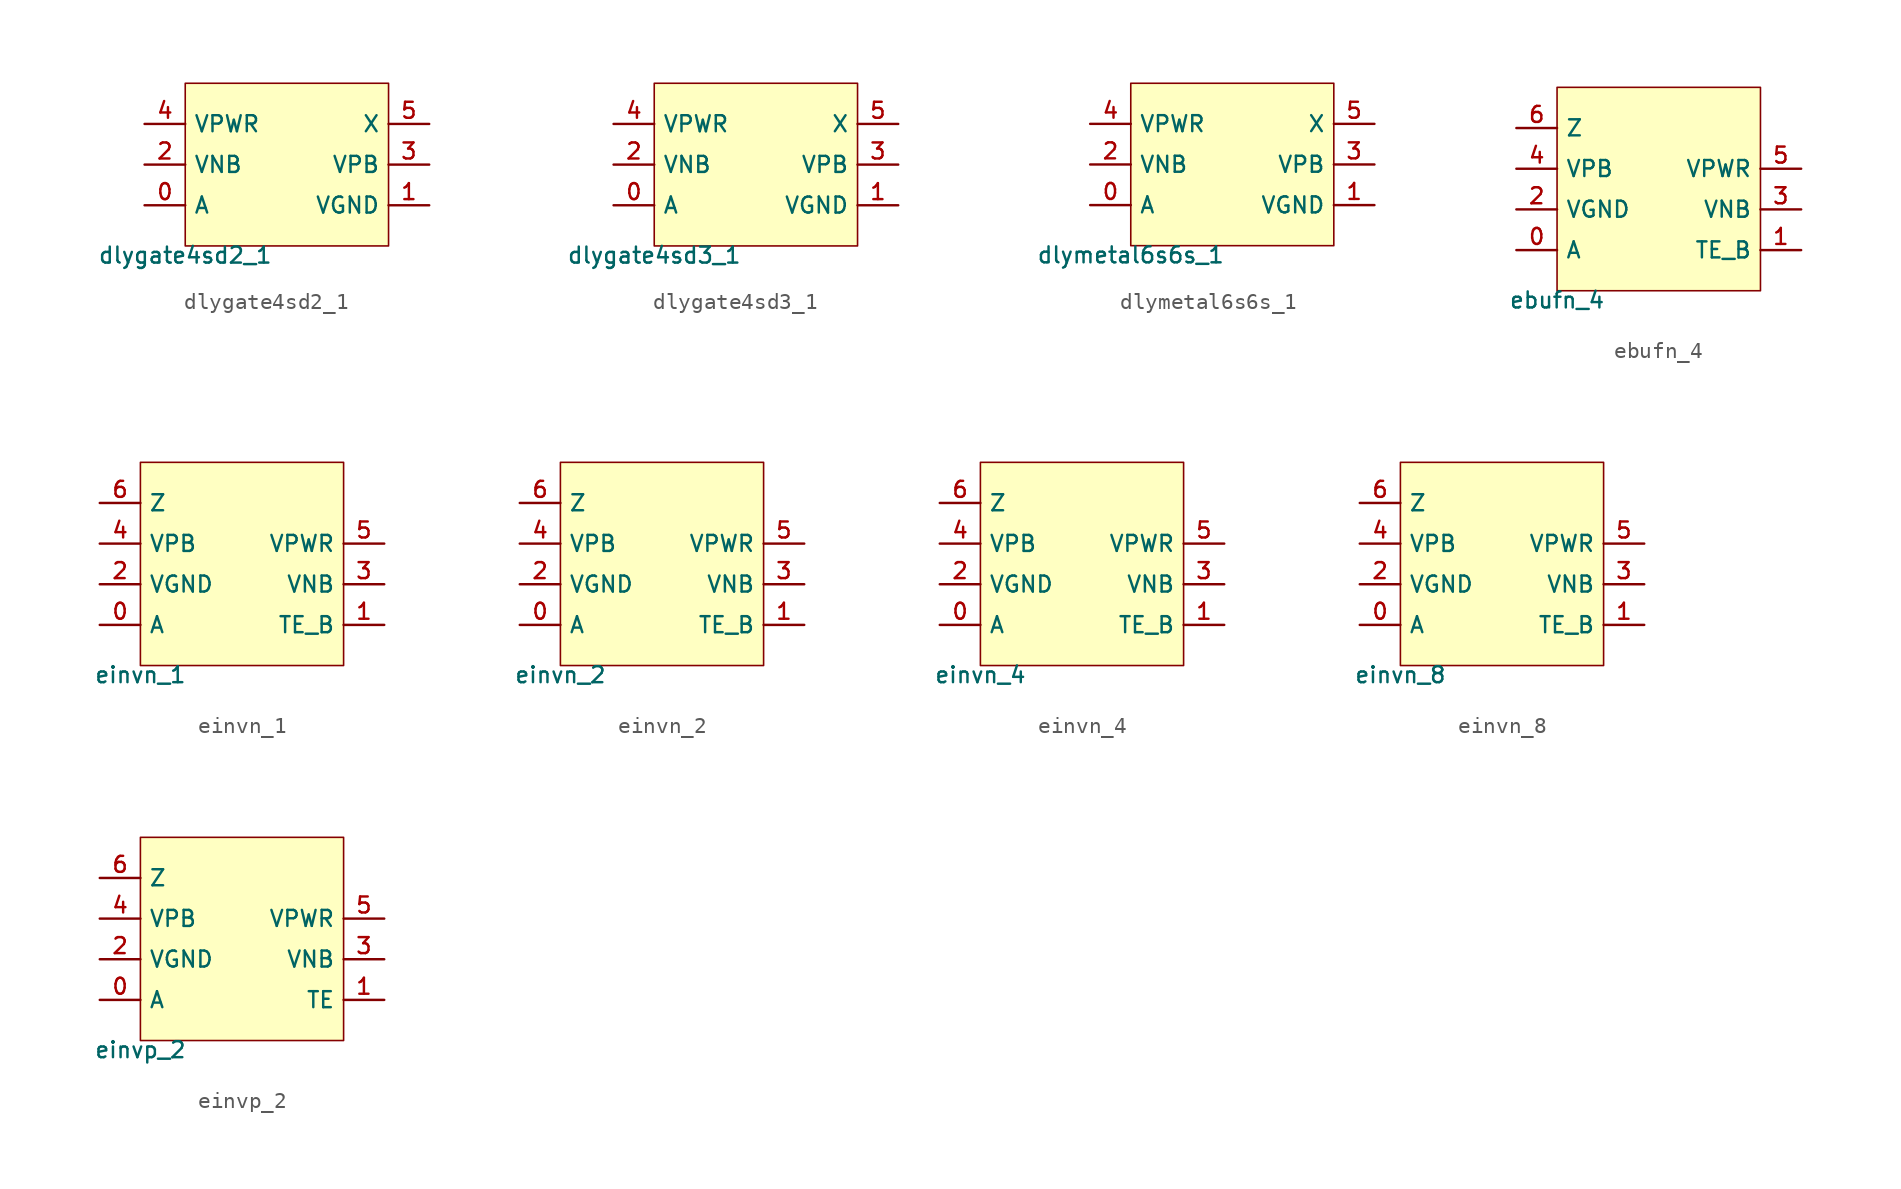
<source format=kicad_sym>
(kicad_symbol_lib
  (version 20211014)
  (generator pdk2kicad)
  (symbol "dlygate4sd2_1"
    (property "Reference" "X"
      (at 0 0 0)
      (effects (font (size 1 1)) hide))
    (property "Value" "dlygate4sd2_1"
      (at -6.35 -5.08 0)
      (effects (font (size 1 1)) (justify top)))
    (rectangle
      (start -6.35 -5.08)
      (end 6.35 5.08)
      (stroke (width 0.1) (type solid) (color 0 0 0 0))
      (fill (type background)))
    (pin bidirectional line
      (at -8.89 -2.54 0)
      (length 2.54)
      (name "A" (effects (font (size 1 1)) hide))
      (number "0" (effects (font (size 1 1)) hide)))
    (pin bidirectional line
      (at 8.89 -2.54 180)
      (length 2.54)
      (name "VGND" (effects (font (size 1 1)) hide))
      (number "1" (effects (font (size 1 1)) hide)))
    (pin bidirectional line
      (at -8.89 0.0 0)
      (length 2.54)
      (name "VNB" (effects (font (size 1 1)) hide))
      (number "2" (effects (font (size 1 1)) hide)))
    (pin bidirectional line
      (at 8.89 0.0 180)
      (length 2.54)
      (name "VPB" (effects (font (size 1 1)) hide))
      (number "3" (effects (font (size 1 1)) hide)))
    (pin bidirectional line
      (at -8.89 2.54 0)
      (length 2.54)
      (name "VPWR" (effects (font (size 1 1)) hide))
      (number "4" (effects (font (size 1 1)) hide)))
    (pin bidirectional line
      (at 8.89 2.54 180)
      (length 2.54)
      (name "X" (effects (font (size 1 1)) hide))
      (number "5" (effects (font (size 1 1)) hide))))
  (symbol "dlygate4sd3_1"
    (property "Reference" "X"
      (at 0 0 0)
      (effects (font (size 1 1)) hide))
    (property "Value" "dlygate4sd3_1"
      (at -6.35 -5.08 0)
      (effects (font (size 1 1)) (justify top)))
    (rectangle
      (start -6.35 -5.08)
      (end 6.35 5.08)
      (stroke (width 0.1) (type solid) (color 0 0 0 0))
      (fill (type background)))
    (pin bidirectional line
      (at -8.89 -2.54 0)
      (length 2.54)
      (name "A" (effects (font (size 1 1)) hide))
      (number "0" (effects (font (size 1 1)) hide)))
    (pin bidirectional line
      (at 8.89 -2.54 180)
      (length 2.54)
      (name "VGND" (effects (font (size 1 1)) hide))
      (number "1" (effects (font (size 1 1)) hide)))
    (pin bidirectional line
      (at -8.89 0.0 0)
      (length 2.54)
      (name "VNB" (effects (font (size 1 1)) hide))
      (number "2" (effects (font (size 1 1)) hide)))
    (pin bidirectional line
      (at 8.89 0.0 180)
      (length 2.54)
      (name "VPB" (effects (font (size 1 1)) hide))
      (number "3" (effects (font (size 1 1)) hide)))
    (pin bidirectional line
      (at -8.89 2.54 0)
      (length 2.54)
      (name "VPWR" (effects (font (size 1 1)) hide))
      (number "4" (effects (font (size 1 1)) hide)))
    (pin bidirectional line
      (at 8.89 2.54 180)
      (length 2.54)
      (name "X" (effects (font (size 1 1)) hide))
      (number "5" (effects (font (size 1 1)) hide))))
  (symbol "dlymetal6s6s_1"
    (property "Reference" "X"
      (at 0 0 0)
      (effects (font (size 1 1)) hide))
    (property "Value" "dlymetal6s6s_1"
      (at -6.35 -5.08 0)
      (effects (font (size 1 1)) (justify top)))
    (rectangle
      (start -6.35 -5.08)
      (end 6.35 5.08)
      (stroke (width 0.1) (type solid) (color 0 0 0 0))
      (fill (type background)))
    (pin bidirectional line
      (at -8.89 -2.54 0)
      (length 2.54)
      (name "A" (effects (font (size 1 1)) hide))
      (number "0" (effects (font (size 1 1)) hide)))
    (pin bidirectional line
      (at 8.89 -2.54 180)
      (length 2.54)
      (name "VGND" (effects (font (size 1 1)) hide))
      (number "1" (effects (font (size 1 1)) hide)))
    (pin bidirectional line
      (at -8.89 0.0 0)
      (length 2.54)
      (name "VNB" (effects (font (size 1 1)) hide))
      (number "2" (effects (font (size 1 1)) hide)))
    (pin bidirectional line
      (at 8.89 0.0 180)
      (length 2.54)
      (name "VPB" (effects (font (size 1 1)) hide))
      (number "3" (effects (font (size 1 1)) hide)))
    (pin bidirectional line
      (at -8.89 2.54 0)
      (length 2.54)
      (name "VPWR" (effects (font (size 1 1)) hide))
      (number "4" (effects (font (size 1 1)) hide)))
    (pin bidirectional line
      (at 8.89 2.54 180)
      (length 2.54)
      (name "X" (effects (font (size 1 1)) hide))
      (number "5" (effects (font (size 1 1)) hide))))
  (symbol "ebufn_4"
    (property "Reference" "X"
      (at 0 0 0)
      (effects (font (size 1 1)) hide))
    (property "Value" "ebufn_4"
      (at -6.35 -6.35 0)
      (effects (font (size 1 1)) (justify top)))
    (rectangle
      (start -6.35 -6.35)
      (end 6.35 6.35)
      (stroke (width 0.1) (type solid) (color 0 0 0 0))
      (fill (type background)))
    (pin bidirectional line
      (at -8.89 -3.81 0)
      (length 2.54)
      (name "A" (effects (font (size 1 1)) hide))
      (number "0" (effects (font (size 1 1)) hide)))
    (pin bidirectional line
      (at 8.89 -3.81 180)
      (length 2.54)
      (name "TE_B" (effects (font (size 1 1)) hide))
      (number "1" (effects (font (size 1 1)) hide)))
    (pin bidirectional line
      (at -8.89 -1.27 0)
      (length 2.54)
      (name "VGND" (effects (font (size 1 1)) hide))
      (number "2" (effects (font (size 1 1)) hide)))
    (pin bidirectional line
      (at 8.89 -1.27 180)
      (length 2.54)
      (name "VNB" (effects (font (size 1 1)) hide))
      (number "3" (effects (font (size 1 1)) hide)))
    (pin bidirectional line
      (at -8.89 1.27 0)
      (length 2.54)
      (name "VPB" (effects (font (size 1 1)) hide))
      (number "4" (effects (font (size 1 1)) hide)))
    (pin bidirectional line
      (at 8.89 1.27 180)
      (length 2.54)
      (name "VPWR" (effects (font (size 1 1)) hide))
      (number "5" (effects (font (size 1 1)) hide)))
    (pin bidirectional line
      (at -8.89 3.81 0)
      (length 2.54)
      (name "Z" (effects (font (size 1 1)) hide))
      (number "6" (effects (font (size 1 1)) hide))))
  (symbol "einvn_1"
    (property "Reference" "X"
      (at 0 0 0)
      (effects (font (size 1 1)) hide))
    (property "Value" "einvn_1"
      (at -6.35 -6.35 0)
      (effects (font (size 1 1)) (justify top)))
    (rectangle
      (start -6.35 -6.35)
      (end 6.35 6.35)
      (stroke (width 0.1) (type solid) (color 0 0 0 0))
      (fill (type background)))
    (pin bidirectional line
      (at -8.89 -3.81 0)
      (length 2.54)
      (name "A" (effects (font (size 1 1)) hide))
      (number "0" (effects (font (size 1 1)) hide)))
    (pin bidirectional line
      (at 8.89 -3.81 180)
      (length 2.54)
      (name "TE_B" (effects (font (size 1 1)) hide))
      (number "1" (effects (font (size 1 1)) hide)))
    (pin bidirectional line
      (at -8.89 -1.27 0)
      (length 2.54)
      (name "VGND" (effects (font (size 1 1)) hide))
      (number "2" (effects (font (size 1 1)) hide)))
    (pin bidirectional line
      (at 8.89 -1.27 180)
      (length 2.54)
      (name "VNB" (effects (font (size 1 1)) hide))
      (number "3" (effects (font (size 1 1)) hide)))
    (pin bidirectional line
      (at -8.89 1.27 0)
      (length 2.54)
      (name "VPB" (effects (font (size 1 1)) hide))
      (number "4" (effects (font (size 1 1)) hide)))
    (pin bidirectional line
      (at 8.89 1.27 180)
      (length 2.54)
      (name "VPWR" (effects (font (size 1 1)) hide))
      (number "5" (effects (font (size 1 1)) hide)))
    (pin bidirectional line
      (at -8.89 3.81 0)
      (length 2.54)
      (name "Z" (effects (font (size 1 1)) hide))
      (number "6" (effects (font (size 1 1)) hide))))
  (symbol "einvn_2"
    (property "Reference" "X"
      (at 0 0 0)
      (effects (font (size 1 1)) hide))
    (property "Value" "einvn_2"
      (at -6.35 -6.35 0)
      (effects (font (size 1 1)) (justify top)))
    (rectangle
      (start -6.35 -6.35)
      (end 6.35 6.35)
      (stroke (width 0.1) (type solid) (color 0 0 0 0))
      (fill (type background)))
    (pin bidirectional line
      (at -8.89 -3.81 0)
      (length 2.54)
      (name "A" (effects (font (size 1 1)) hide))
      (number "0" (effects (font (size 1 1)) hide)))
    (pin bidirectional line
      (at 8.89 -3.81 180)
      (length 2.54)
      (name "TE_B" (effects (font (size 1 1)) hide))
      (number "1" (effects (font (size 1 1)) hide)))
    (pin bidirectional line
      (at -8.89 -1.27 0)
      (length 2.54)
      (name "VGND" (effects (font (size 1 1)) hide))
      (number "2" (effects (font (size 1 1)) hide)))
    (pin bidirectional line
      (at 8.89 -1.27 180)
      (length 2.54)
      (name "VNB" (effects (font (size 1 1)) hide))
      (number "3" (effects (font (size 1 1)) hide)))
    (pin bidirectional line
      (at -8.89 1.27 0)
      (length 2.54)
      (name "VPB" (effects (font (size 1 1)) hide))
      (number "4" (effects (font (size 1 1)) hide)))
    (pin bidirectional line
      (at 8.89 1.27 180)
      (length 2.54)
      (name "VPWR" (effects (font (size 1 1)) hide))
      (number "5" (effects (font (size 1 1)) hide)))
    (pin bidirectional line
      (at -8.89 3.81 0)
      (length 2.54)
      (name "Z" (effects (font (size 1 1)) hide))
      (number "6" (effects (font (size 1 1)) hide))))
  (symbol "einvn_4"
    (property "Reference" "X"
      (at 0 0 0)
      (effects (font (size 1 1)) hide))
    (property "Value" "einvn_4"
      (at -6.35 -6.35 0)
      (effects (font (size 1 1)) (justify top)))
    (rectangle
      (start -6.35 -6.35)
      (end 6.35 6.35)
      (stroke (width 0.1) (type solid) (color 0 0 0 0))
      (fill (type background)))
    (pin bidirectional line
      (at -8.89 -3.81 0)
      (length 2.54)
      (name "A" (effects (font (size 1 1)) hide))
      (number "0" (effects (font (size 1 1)) hide)))
    (pin bidirectional line
      (at 8.89 -3.81 180)
      (length 2.54)
      (name "TE_B" (effects (font (size 1 1)) hide))
      (number "1" (effects (font (size 1 1)) hide)))
    (pin bidirectional line
      (at -8.89 -1.27 0)
      (length 2.54)
      (name "VGND" (effects (font (size 1 1)) hide))
      (number "2" (effects (font (size 1 1)) hide)))
    (pin bidirectional line
      (at 8.89 -1.27 180)
      (length 2.54)
      (name "VNB" (effects (font (size 1 1)) hide))
      (number "3" (effects (font (size 1 1)) hide)))
    (pin bidirectional line
      (at -8.89 1.27 0)
      (length 2.54)
      (name "VPB" (effects (font (size 1 1)) hide))
      (number "4" (effects (font (size 1 1)) hide)))
    (pin bidirectional line
      (at 8.89 1.27 180)
      (length 2.54)
      (name "VPWR" (effects (font (size 1 1)) hide))
      (number "5" (effects (font (size 1 1)) hide)))
    (pin bidirectional line
      (at -8.89 3.81 0)
      (length 2.54)
      (name "Z" (effects (font (size 1 1)) hide))
      (number "6" (effects (font (size 1 1)) hide))))
  (symbol "einvn_8"
    (property "Reference" "X"
      (at 0 0 0)
      (effects (font (size 1 1)) hide))
    (property "Value" "einvn_8"
      (at -6.35 -6.35 0)
      (effects (font (size 1 1)) (justify top)))
    (rectangle
      (start -6.35 -6.35)
      (end 6.35 6.35)
      (stroke (width 0.1) (type solid) (color 0 0 0 0))
      (fill (type background)))
    (pin bidirectional line
      (at -8.89 -3.81 0)
      (length 2.54)
      (name "A" (effects (font (size 1 1)) hide))
      (number "0" (effects (font (size 1 1)) hide)))
    (pin bidirectional line
      (at 8.89 -3.81 180)
      (length 2.54)
      (name "TE_B" (effects (font (size 1 1)) hide))
      (number "1" (effects (font (size 1 1)) hide)))
    (pin bidirectional line
      (at -8.89 -1.27 0)
      (length 2.54)
      (name "VGND" (effects (font (size 1 1)) hide))
      (number "2" (effects (font (size 1 1)) hide)))
    (pin bidirectional line
      (at 8.89 -1.27 180)
      (length 2.54)
      (name "VNB" (effects (font (size 1 1)) hide))
      (number "3" (effects (font (size 1 1)) hide)))
    (pin bidirectional line
      (at -8.89 1.27 0)
      (length 2.54)
      (name "VPB" (effects (font (size 1 1)) hide))
      (number "4" (effects (font (size 1 1)) hide)))
    (pin bidirectional line
      (at 8.89 1.27 180)
      (length 2.54)
      (name "VPWR" (effects (font (size 1 1)) hide))
      (number "5" (effects (font (size 1 1)) hide)))
    (pin bidirectional line
      (at -8.89 3.81 0)
      (length 2.54)
      (name "Z" (effects (font (size 1 1)) hide))
      (number "6" (effects (font (size 1 1)) hide))))
  (symbol "einvp_2"
    (property "Reference" "X"
      (at 0 0 0)
      (effects (font (size 1 1)) hide))
    (property "Value" "einvp_2"
      (at -6.35 -6.35 0)
      (effects (font (size 1 1)) (justify top)))
    (rectangle
      (start -6.35 -6.35)
      (end 6.35 6.35)
      (stroke (width 0.1) (type solid) (color 0 0 0 0))
      (fill (type background)))
    (pin bidirectional line
      (at -8.89 -3.81 0)
      (length 2.54)
      (name "A" (effects (font (size 1 1)) hide))
      (number "0" (effects (font (size 1 1)) hide)))
    (pin bidirectional line
      (at 8.89 -3.81 180)
      (length 2.54)
      (name "TE" (effects (font (size 1 1)) hide))
      (number "1" (effects (font (size 1 1)) hide)))
    (pin bidirectional line
      (at -8.89 -1.27 0)
      (length 2.54)
      (name "VGND" (effects (font (size 1 1)) hide))
      (number "2" (effects (font (size 1 1)) hide)))
    (pin bidirectional line
      (at 8.89 -1.27 180)
      (length 2.54)
      (name "VNB" (effects (font (size 1 1)) hide))
      (number "3" (effects (font (size 1 1)) hide)))
    (pin bidirectional line
      (at -8.89 1.27 0)
      (length 2.54)
      (name "VPB" (effects (font (size 1 1)) hide))
      (number "4" (effects (font (size 1 1)) hide)))
    (pin bidirectional line
      (at 8.89 1.27 180)
      (length 2.54)
      (name "VPWR" (effects (font (size 1 1)) hide))
      (number "5" (effects (font (size 1 1)) hide)))
    (pin bidirectional line
      (at -8.89 3.81 0)
      (length 2.54)
      (name "Z" (effects (font (size 1 1)) hide))
      (number "6" (effects (font (size 1 1)) hide)))))
</source>
